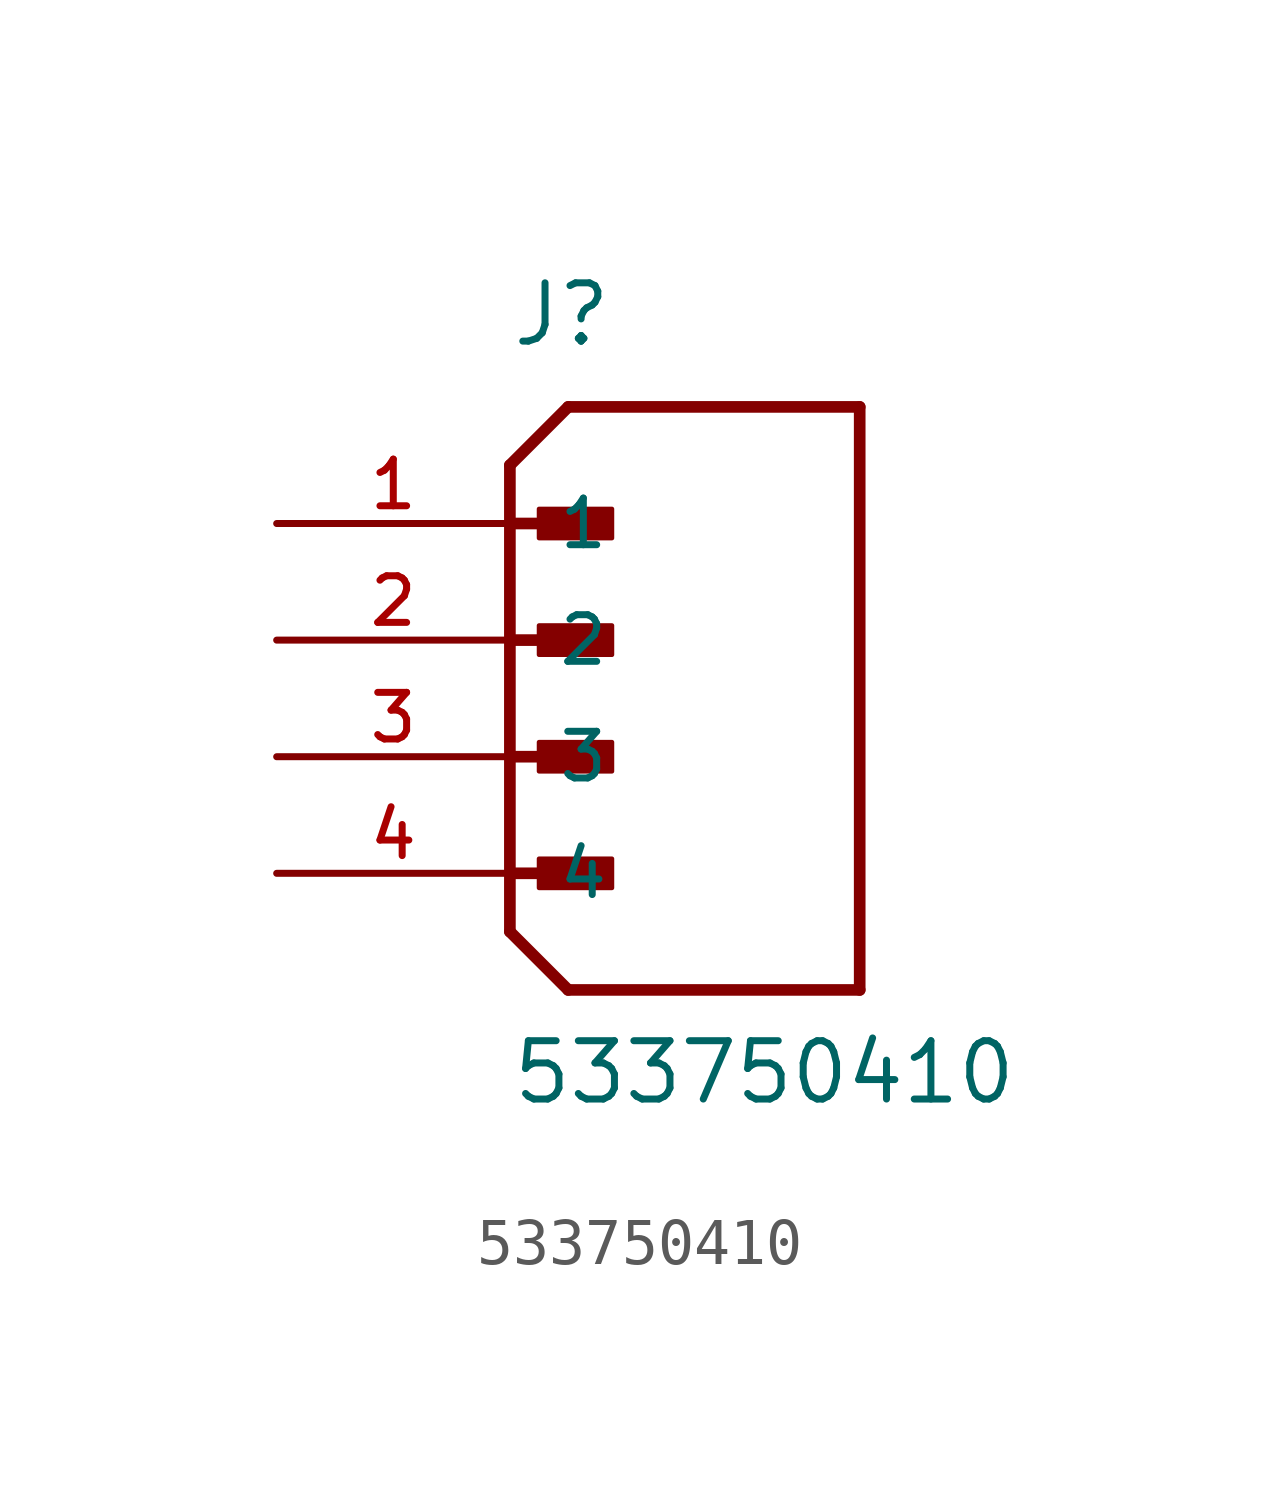
<source format=kicad_sym>
(kicad_symbol_lib
  (version 20211014)
  (generator kicad_symbol_editor)
  (symbol "533750410"
    (pin_names
      (offset 1.016))
    (property "Reference" "J"
      (at 0.0 6.35 0)
      (effects (font (size 1.27 1.27)) (justify bottom left)))
    (property "Value" "533750410"
      (at 0.0 -10.16 0)
      (effects (font (size 1.27 1.27)) (justify bottom left)))
    (symbol "533750410_0_0"
      (polyline (pts (xy 0.0 3.81) (xy 1.27 5.08)) (stroke (width 0.254)))
      (polyline (pts (xy 0.0 3.81) (xy 0.0 2.54)) (stroke (width 0.254)))
      (polyline (pts (xy 0.0 2.54) (xy 0.0 -6.35)) (stroke (width 0.254)))
      (polyline (pts (xy 0.0 -6.35) (xy 1.27 -7.62)) (stroke (width 0.254)))
      (polyline (pts (xy 1.27 -7.62) (xy 7.62 -7.62)) (stroke (width 0.254)))
      (polyline (pts (xy 7.62 -7.62) (xy 7.62 5.08)) (stroke (width 0.254)))
      (polyline (pts (xy 7.62 5.08) (xy 1.27 5.08)) (stroke (width 0.254)))
      (polyline (pts (xy 0.0 2.54) (xy 1.905 2.54)) (stroke (width 0.254)))
      (rectangle (start 0.635 2.223) (end 2.223 2.857) (stroke (width 0.1)) (fill (type outline)))
      (polyline (pts (xy 0.0 0.0) (xy 1.905 0.0)) (stroke (width 0.254)))
      (rectangle (start 0.635 -0.318) (end 2.223 0.318) (stroke (width 0.1)) (fill (type outline)))
      (polyline (pts (xy 0.0 -2.54) (xy 1.905 -2.54)) (stroke (width 0.254)))
      (rectangle (start 0.635 -2.857) (end 2.223 -2.223) (stroke (width 0.1)) (fill (type outline)))
      (polyline (pts (xy 0.0 -5.08) (xy 1.905 -5.08)) (stroke (width 0.254)))
      (rectangle (start 0.635 -5.397) (end 2.223 -4.763) (stroke (width 0.1)) (fill (type outline)))
      (pin passive line (at -5.08 2.54 0) (length 5.08) (name "1" (effects (font (size 1.016 1.016)))) (number "1" (effects (font (size 1.016 1.016)))))
      (pin passive line (at -5.08 0.0 0) (length 5.08) (name "2" (effects (font (size 1.016 1.016)))) (number "2" (effects (font (size 1.016 1.016)))))
      (pin passive line (at -5.08 -2.54 0) (length 5.08) (name "3" (effects (font (size 1.016 1.016)))) (number "3" (effects (font (size 1.016 1.016)))))
      (pin passive line (at -5.08 -5.08 0) (length 5.08) (name "4" (effects (font (size 1.016 1.016)))) (number "4" (effects (font (size 1.016 1.016))))))))
</source>
